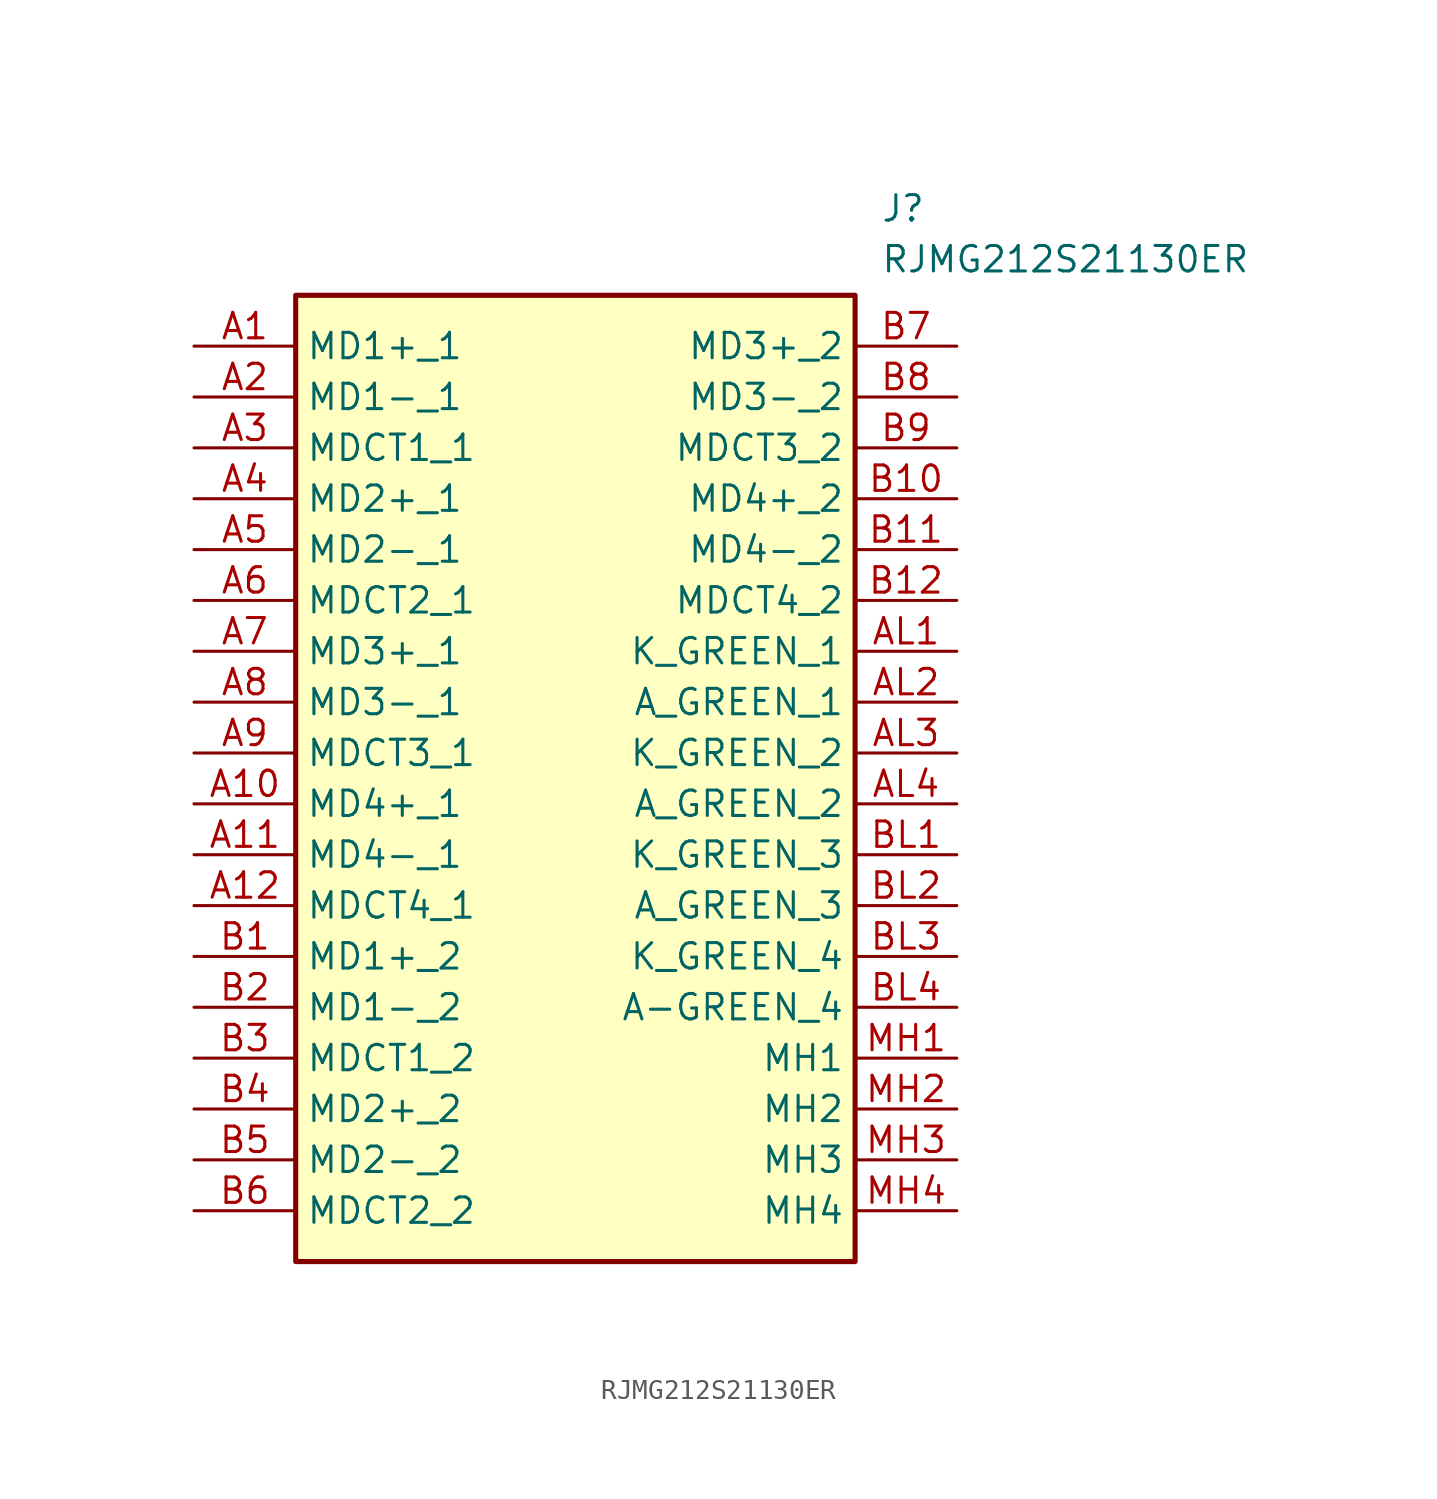
<source format=kicad_sym>
(kicad_symbol_lib
  (version 20241209)
  (generator "kicad_symbol_editor")
  (generator_version "9.0")
  (symbol "RJMG212S21130ER"
    (property "Reference" "J"
      (at 34.29 7.62 0)
      (effects (font (size 1.27 1.27)) (justify left top)))
    (property "Value" "RJMG212S21130ER"
      (at 34.29 5.08 0)
      (effects (font (size 1.27 1.27)) (justify left top)))
    (symbol "RJMG212S21130ER_1_1"
      (rectangle (start 5.08 2.54) (end 33.02 -45.72) (stroke (width 0.254) (type default)) (fill (type background)))
      (pin passive line (at 0 0 0) (length 5.08) (name "MD1+_1" (effects (font (size 1.27 1.27)))) (number "A1" (effects (font (size 1.27 1.27)))))
      (pin passive line (at 0 -2.54 0) (length 5.08) (name "MD1-_1" (effects (font (size 1.27 1.27)))) (number "A2" (effects (font (size 1.27 1.27)))))
      (pin passive line (at 0 -5.08 0) (length 5.08) (name "MDCT1_1" (effects (font (size 1.27 1.27)))) (number "A3" (effects (font (size 1.27 1.27)))))
      (pin passive line (at 0 -7.62 0) (length 5.08) (name "MD2+_1" (effects (font (size 1.27 1.27)))) (number "A4" (effects (font (size 1.27 1.27)))))
      (pin passive line (at 0 -10.16 0) (length 5.08) (name "MD2-_1" (effects (font (size 1.27 1.27)))) (number "A5" (effects (font (size 1.27 1.27)))))
      (pin passive line (at 0 -12.7 0) (length 5.08) (name "MDCT2_1" (effects (font (size 1.27 1.27)))) (number "A6" (effects (font (size 1.27 1.27)))))
      (pin passive line (at 0 -15.24 0) (length 5.08) (name "MD3+_1" (effects (font (size 1.27 1.27)))) (number "A7" (effects (font (size 1.27 1.27)))))
      (pin passive line (at 0 -17.78 0) (length 5.08) (name "MD3-_1" (effects (font (size 1.27 1.27)))) (number "A8" (effects (font (size 1.27 1.27)))))
      (pin passive line (at 0 -20.32 0) (length 5.08) (name "MDCT3_1" (effects (font (size 1.27 1.27)))) (number "A9" (effects (font (size 1.27 1.27)))))
      (pin passive line (at 0 -22.86 0) (length 5.08) (name "MD4+_1" (effects (font (size 1.27 1.27)))) (number "A10" (effects (font (size 1.27 1.27)))))
      (pin passive line (at 0 -25.4 0) (length 5.08) (name "MD4-_1" (effects (font (size 1.27 1.27)))) (number "A11" (effects (font (size 1.27 1.27)))))
      (pin passive line (at 0 -27.94 0) (length 5.08) (name "MDCT4_1" (effects (font (size 1.27 1.27)))) (number "A12" (effects (font (size 1.27 1.27)))))
      (pin passive line (at 0 -30.48 0) (length 5.08) (name "MD1+_2" (effects (font (size 1.27 1.27)))) (number "B1" (effects (font (size 1.27 1.27)))))
      (pin passive line (at 0 -33.02 0) (length 5.08) (name "MD1-_2" (effects (font (size 1.27 1.27)))) (number "B2" (effects (font (size 1.27 1.27)))))
      (pin passive line (at 0 -35.56 0) (length 5.08) (name "MDCT1_2" (effects (font (size 1.27 1.27)))) (number "B3" (effects (font (size 1.27 1.27)))))
      (pin passive line (at 0 -38.1 0) (length 5.08) (name "MD2+_2" (effects (font (size 1.27 1.27)))) (number "B4" (effects (font (size 1.27 1.27)))))
      (pin passive line (at 0 -40.64 0) (length 5.08) (name "MD2-_2" (effects (font (size 1.27 1.27)))) (number "B5" (effects (font (size 1.27 1.27)))))
      (pin passive line (at 0 -43.18 0) (length 5.08) (name "MDCT2_2" (effects (font (size 1.27 1.27)))) (number "B6" (effects (font (size 1.27 1.27)))))
      (pin passive line (at 38.1 0 180) (length 5.08) (name "MD3+_2" (effects (font (size 1.27 1.27)))) (number "B7" (effects (font (size 1.27 1.27)))))
      (pin passive line (at 38.1 -2.54 180) (length 5.08) (name "MD3-_2" (effects (font (size 1.27 1.27)))) (number "B8" (effects (font (size 1.27 1.27)))))
      (pin passive line (at 38.1 -5.08 180) (length 5.08) (name "MDCT3_2" (effects (font (size 1.27 1.27)))) (number "B9" (effects (font (size 1.27 1.27)))))
      (pin passive line (at 38.1 -7.62 180) (length 5.08) (name "MD4+_2" (effects (font (size 1.27 1.27)))) (number "B10" (effects (font (size 1.27 1.27)))))
      (pin passive line (at 38.1 -10.16 180) (length 5.08) (name "MD4-_2" (effects (font (size 1.27 1.27)))) (number "B11" (effects (font (size 1.27 1.27)))))
      (pin passive line (at 38.1 -12.7 180) (length 5.08) (name "MDCT4_2" (effects (font (size 1.27 1.27)))) (number "B12" (effects (font (size 1.27 1.27)))))
      (pin passive line (at 38.1 -15.24 180) (length 5.08) (name "K_GREEN_1" (effects (font (size 1.27 1.27)))) (number "AL1" (effects (font (size 1.27 1.27)))))
      (pin passive line (at 38.1 -17.78 180) (length 5.08) (name "A_GREEN_1" (effects (font (size 1.27 1.27)))) (number "AL2" (effects (font (size 1.27 1.27)))))
      (pin passive line (at 38.1 -20.32 180) (length 5.08) (name "K_GREEN_2" (effects (font (size 1.27 1.27)))) (number "AL3" (effects (font (size 1.27 1.27)))))
      (pin passive line (at 38.1 -22.86 180) (length 5.08) (name "A_GREEN_2" (effects (font (size 1.27 1.27)))) (number "AL4" (effects (font (size 1.27 1.27)))))
      (pin passive line (at 38.1 -25.4 180) (length 5.08) (name "K_GREEN_3" (effects (font (size 1.27 1.27)))) (number "BL1" (effects (font (size 1.27 1.27)))))
      (pin passive line (at 38.1 -27.94 180) (length 5.08) (name "A_GREEN_3" (effects (font (size 1.27 1.27)))) (number "BL2" (effects (font (size 1.27 1.27)))))
      (pin passive line (at 38.1 -30.48 180) (length 5.08) (name "K_GREEN_4" (effects (font (size 1.27 1.27)))) (number "BL3" (effects (font (size 1.27 1.27)))))
      (pin passive line (at 38.1 -33.02 180) (length 5.08) (name "A-GREEN_4" (effects (font (size 1.27 1.27)))) (number "BL4" (effects (font (size 1.27 1.27)))))
      (pin passive line (at 38.1 -35.56 180) (length 5.08) (name "MH1" (effects (font (size 1.27 1.27)))) (number "MH1" (effects (font (size 1.27 1.27)))))
      (pin passive line (at 38.1 -38.1 180) (length 5.08) (name "MH2" (effects (font (size 1.27 1.27)))) (number "MH2" (effects (font (size 1.27 1.27)))))
      (pin passive line (at 38.1 -40.64 180) (length 5.08) (name "MH3" (effects (font (size 1.27 1.27)))) (number "MH3" (effects (font (size 1.27 1.27)))))
      (pin passive line (at 38.1 -43.18 180) (length 5.08) (name "MH4" (effects (font (size 1.27 1.27)))) (number "MH4" (effects (font (size 1.27 1.27))))))))
</source>
